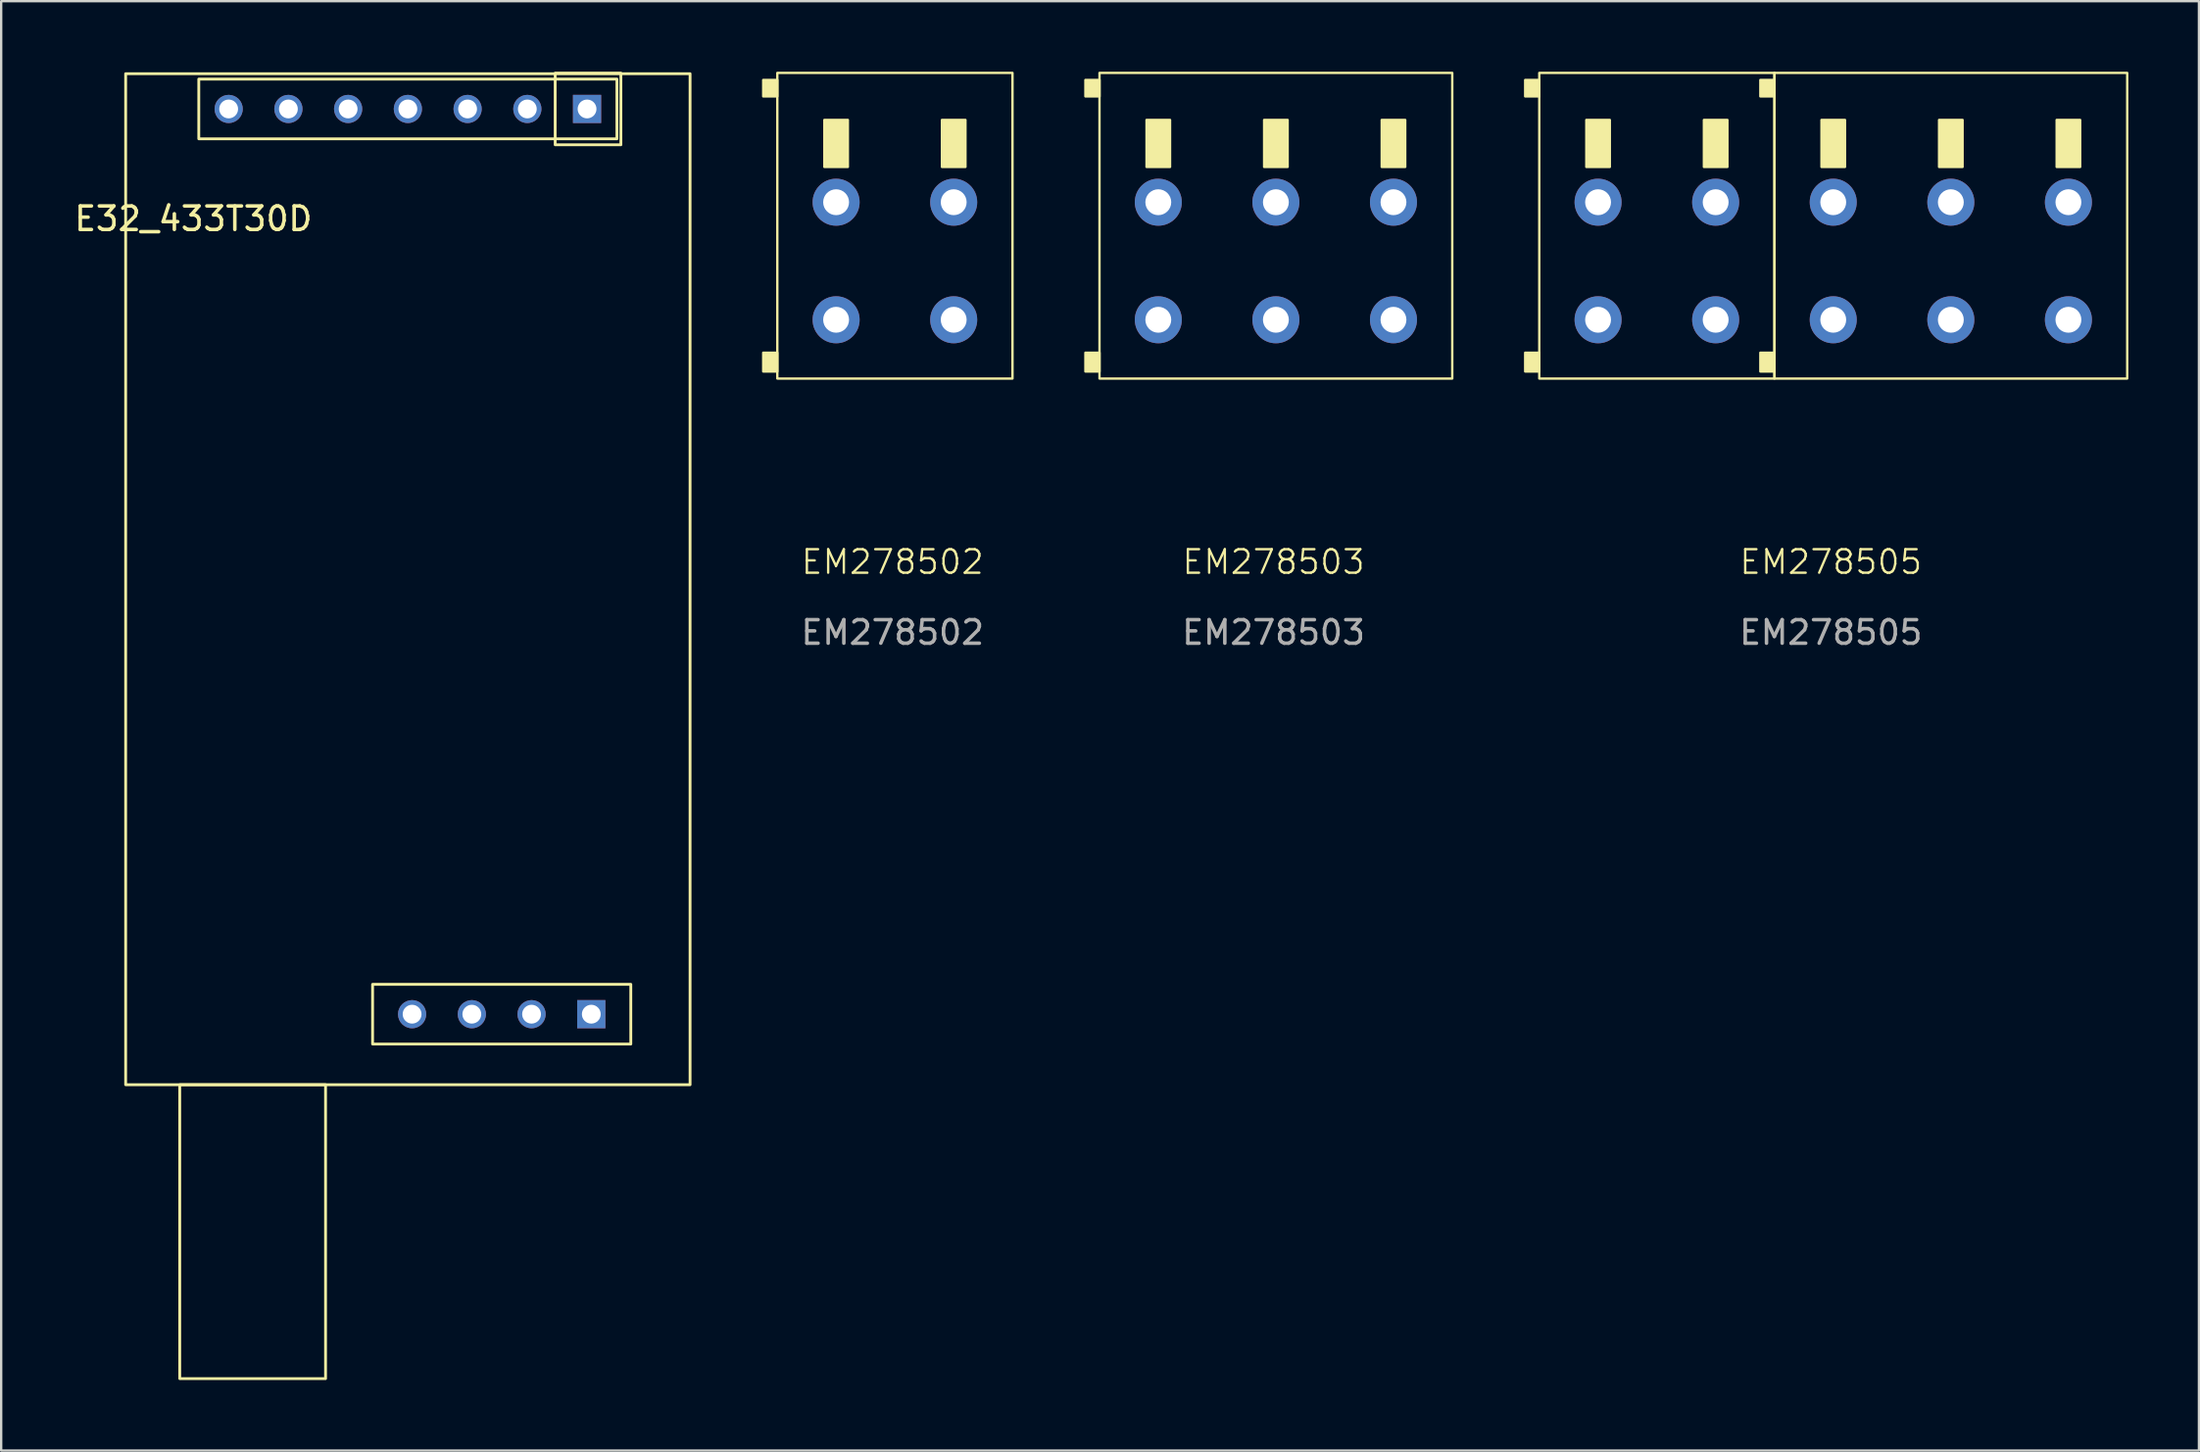
<source format=kicad_pcb>
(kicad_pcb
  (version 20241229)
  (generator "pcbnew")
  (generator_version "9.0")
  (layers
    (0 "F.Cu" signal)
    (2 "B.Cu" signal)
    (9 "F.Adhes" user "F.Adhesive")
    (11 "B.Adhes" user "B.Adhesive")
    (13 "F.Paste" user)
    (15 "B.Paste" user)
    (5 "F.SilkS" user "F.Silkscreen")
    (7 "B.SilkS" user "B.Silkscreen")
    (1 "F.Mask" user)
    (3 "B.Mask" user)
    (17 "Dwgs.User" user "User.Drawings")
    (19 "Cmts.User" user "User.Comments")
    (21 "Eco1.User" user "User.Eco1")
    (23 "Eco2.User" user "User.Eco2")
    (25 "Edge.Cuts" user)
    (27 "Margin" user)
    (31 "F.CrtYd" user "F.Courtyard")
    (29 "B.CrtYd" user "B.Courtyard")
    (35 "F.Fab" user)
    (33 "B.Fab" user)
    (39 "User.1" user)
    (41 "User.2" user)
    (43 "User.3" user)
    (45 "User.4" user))
  (footprint "EM278503"
    (layer "F.Cu")
    (at 51.203 8.05)
    (property "Reference" "EM278503" (at -0.1 12.8 0) (unlocked yes) (layer "F.SilkS") (effects (font (size 1 1) (thickness 0.1))))
    (attr through_hole)
    (fp_rect (start -8.1 -7.7) (end -7.5 -7) (stroke (width 0.1) (type solid)) (fill yes) (layer "F.SilkS"))
    (fp_rect (start -8.1 4.7) (end -7.5 3.9) (stroke (width 0.1) (type solid)) (fill yes) (layer "F.SilkS"))
    (fp_rect (start -7.5 -8) (end 7.5 5) (stroke (width 0.1) (type default)) (fill no) (layer "F.SilkS"))
    (fp_rect (start -5.5 -6) (end -4.5 -4) (stroke (width 0.1) (type solid)) (fill yes) (layer "F.SilkS"))
    (fp_rect (start -0.5 -6) (end 0.5 -4) (stroke (width 0.1) (type solid)) (fill yes) (layer "F.SilkS"))
    (fp_rect (start 4.5 -6) (end 5.5 -4) (stroke (width 0.1) (type solid)) (fill yes) (layer "F.SilkS"))
    (fp_text user "${REFERENCE}" (at -0.1 15.8 0) (unlocked yes) (layer "F.Fab") (effects (font (size 1 1) (thickness 0.15))))
    (pad "1" thru_hole circle (at -5 -2.5) (size 2 2) (drill 1.1) (layers "*.Cu" "*.Mask"))
    (pad "1" thru_hole circle (at -5 2.5) (size 2 2) (drill 1.1) (layers "*.Cu" "*.Mask"))
    (pad "2" thru_hole circle (at 0 -2.5) (size 2 2) (drill 1.1) (layers "*.Cu" "*.Mask"))
    (pad "2" thru_hole circle (at 0 2.5) (size 2 2) (drill 1.1) (layers "*.Cu" "*.Mask"))
    (pad "3" thru_hole circle (at 5 -2.5) (size 2 2) (drill 1.1) (layers "*.Cu" "*.Mask"))
    (pad "3" thru_hole circle (at 5 2.5) (size 2 2) (drill 1.1) (layers "*.Cu" "*.Mask")))
  (footprint "EM278502"
    (layer "F.Cu")
    (at 35.003 8.05)
    (property "Reference" "EM278502" (at -0.1 12.8 0) (unlocked yes) (layer "F.SilkS") (effects (font (size 1 1) (thickness 0.1))))
    (attr through_hole)
    (fp_rect (start -5.6 -7.7) (end -5 -7) (stroke (width 0.1) (type solid)) (fill yes) (layer "F.SilkS"))
    (fp_rect (start -5.6 4.7) (end -5 3.9) (stroke (width 0.1) (type solid)) (fill yes) (layer "F.SilkS"))
    (fp_rect (start -5 -8) (end 5 5) (stroke (width 0.1) (type default)) (fill no) (layer "F.SilkS"))
    (fp_rect (start -3 -6) (end -2 -4) (stroke (width 0.1) (type solid)) (fill yes) (layer "F.SilkS"))
    (fp_rect (start 2 -6) (end 3 -4) (stroke (width 0.1) (type solid)) (fill yes) (layer "F.SilkS"))
    (fp_text user "${REFERENCE}" (at -0.1 15.8 0) (unlocked yes) (layer "F.Fab") (effects (font (size 1 1) (thickness 0.15))))
    (pad "1" thru_hole circle (at -2.5 -2.5) (size 2 2) (drill 1.1) (layers "*.Cu" "*.Mask"))
    (pad "1" thru_hole circle (at -2.5 2.5) (size 2 2) (drill 1.1) (layers "*.Cu" "*.Mask"))
    (pad "2" thru_hole circle (at 2.5 -2.5) (size 2 2) (drill 1.1) (layers "*.Cu" "*.Mask"))
    (pad "2" thru_hole circle (at 2.5 2.5) (size 2 2) (drill 1.1) (layers "*.Cu" "*.Mask")))
  (footprint "EM278505"
    (layer "F.Cu")
    (at 74.903 8.05)
    (property "Reference" "EM278505" (at -0.1 12.8 0) (unlocked yes) (layer "F.SilkS") (effects (font (size 1 1) (thickness 0.1))))
    (attr through_hole)
    (fp_rect (start -13.1 -7.7) (end -12.5 -7) (stroke (width 0.1) (type solid)) (fill yes) (layer "F.SilkS"))
    (fp_rect (start -13.1 4.7) (end -12.5 3.9) (stroke (width 0.1) (type solid)) (fill yes) (layer "F.SilkS"))
    (fp_rect (start -12.5 -8) (end -2.5 5) (stroke (width 0.1) (type default)) (fill no) (layer "F.SilkS"))
    (fp_rect (start -10.5 -6) (end -9.5 -4) (stroke (width 0.1) (type solid)) (fill yes) (layer "F.SilkS"))
    (fp_rect (start -5.5 -6) (end -4.5 -4) (stroke (width 0.1) (type solid)) (fill yes) (layer "F.SilkS"))
    (fp_rect (start -3.1 -7.7) (end -2.5 -7) (stroke (width 0.1) (type solid)) (fill yes) (layer "F.SilkS"))
    (fp_rect (start -3.1 4.7) (end -2.5 3.9) (stroke (width 0.1) (type solid)) (fill yes) (layer "F.SilkS"))
    (fp_rect (start -2.5 -8) (end 12.5 5) (stroke (width 0.1) (type default)) (fill no) (layer "F.SilkS"))
    (fp_rect (start -0.5 -6) (end 0.5 -4) (stroke (width 0.1) (type solid)) (fill yes) (layer "F.SilkS"))
    (fp_rect (start 4.5 -6) (end 5.5 -4) (stroke (width 0.1) (type solid)) (fill yes) (layer "F.SilkS"))
    (fp_rect (start 9.5 -6) (end 10.5 -4) (stroke (width 0.1) (type solid)) (fill yes) (layer "F.SilkS"))
    (fp_text user "${REFERENCE}" (at -0.1 15.8 0) (unlocked yes) (layer "F.Fab") (effects (font (size 1 1) (thickness 0.15))))
    (pad "1" thru_hole circle (at -10 -2.5) (size 2 2) (drill 1.1) (layers "*.Cu" "*.Mask"))
    (pad "1" thru_hole circle (at -10 2.5) (size 2 2) (drill 1.1) (layers "*.Cu" "*.Mask"))
    (pad "2" thru_hole circle (at -5 -2.5) (size 2 2) (drill 1.1) (layers "*.Cu" "*.Mask"))
    (pad "2" thru_hole circle (at -5 2.5) (size 2 2) (drill 1.1) (layers "*.Cu" "*.Mask"))
    (pad "3" thru_hole circle (at 0 -2.5) (size 2 2) (drill 1.1) (layers "*.Cu" "*.Mask"))
    (pad "3" thru_hole circle (at 0 2.5) (size 2 2) (drill 1.1) (layers "*.Cu" "*.Mask"))
    (pad "4" thru_hole circle (at 5 -2.5 90) (size 2 2) (drill 1.1) (layers "*.Cu" "*.Mask"))
    (pad "4" thru_hole circle (at 5 2.5) (size 2 2) (drill 1.1) (layers "*.Cu" "*.Mask"))
    (pad "5" thru_hole circle (at 10 -2.5) (size 2 2) (drill 1.1) (layers "*.Cu" "*.Mask"))
    (pad "5" thru_hole circle (at 10 2.5) (size 2 2) (drill 1.1) (layers "*.Cu" "*.Mask")))
  (footprint "E32_433T30D"
    (layer "F.Cu")
    (at 5.173 8.584)
    (property "Reference" "E32_433T30D" (at 0 -2.33 0) (layer "F.SilkS") (effects (font (size 1 1) (thickness 0.15))))
    (attr through_hole)
    (fp_rect (start -2.88 -8.5) (end 21.12 34.5) (stroke (width 0.12) (type default)) (fill no) (layer "F.SilkS"))
    (fp_rect (start -0.58 34.5) (end 5.62 47) (stroke (width 0.12) (type default)) (fill no) (layer "F.SilkS"))
    (fp_rect (start 0.23 -8.27) (end 18.01 -5.73) (stroke (width 0.12) (type default)) (fill no) (layer "F.SilkS"))
    (fp_rect (start 7.62 30.23) (end 18.6 32.77) (stroke (width 0.12) (type default)) (fill no) (layer "F.SilkS"))
    (fp_rect (start 15.384 -8.524) (end 18.178 -5.476) (stroke (width 0.12) (type default)) (fill no) (layer "F.SilkS"))
    (pad "1" thru_hole rect (at 16.74 -7 270) (size 1.2 1.2) (drill 0.8) (layers "*.Cu" "*.Mask"))
    (pad "2" thru_hole oval (at 14.2 -7 270) (size 1.2 1.2) (drill 0.8) (layers "*.Cu" "*.Mask"))
    (pad "3" thru_hole oval (at 11.66 -7 270) (size 1.2 1.2) (drill 0.8) (layers "*.Cu" "*.Mask"))
    (pad "4" thru_hole oval (at 9.12 -7 270) (size 1.2 1.2) (drill 0.8) (layers "*.Cu" "*.Mask"))
    (pad "5" thru_hole oval (at 6.58 -7 270) (size 1.2 1.2) (drill 0.8) (layers "*.Cu" "*.Mask"))
    (pad "6" thru_hole oval (at 4.04 -7 270) (size 1.2 1.2) (drill 0.8) (layers "*.Cu" "*.Mask"))
    (pad "7" thru_hole oval (at 1.5 -7 270) (size 1.2 1.2) (drill 0.8) (layers "*.Cu" "*.Mask"))
    (pad "8" thru_hole circle (at 9.3 31.5 90) (size 1.2 1.2) (drill 0.8) (layers "*.Cu" "*.Mask"))
    (pad "8" thru_hole circle (at 11.84 31.5 90) (size 1.2 1.2) (drill 0.8) (layers "*.Cu" "*.Mask"))
    (pad "8" thru_hole oval (at 14.38 31.5 90) (size 1.2 1.2) (drill 0.8) (layers "*.Cu" "*.Mask"))
    (pad "8" thru_hole rect (at 16.92 31.5 90) (size 1.2 1.2) (drill 0.8) (layers "*.Cu" "*.Mask")))
  (gr_rect
    (start -3 -3)
    (end 90.453 58.644)
    (stroke (width 0.1) (type default))
    (fill no)
    (layer "Edge.Cuts")))
</source>
